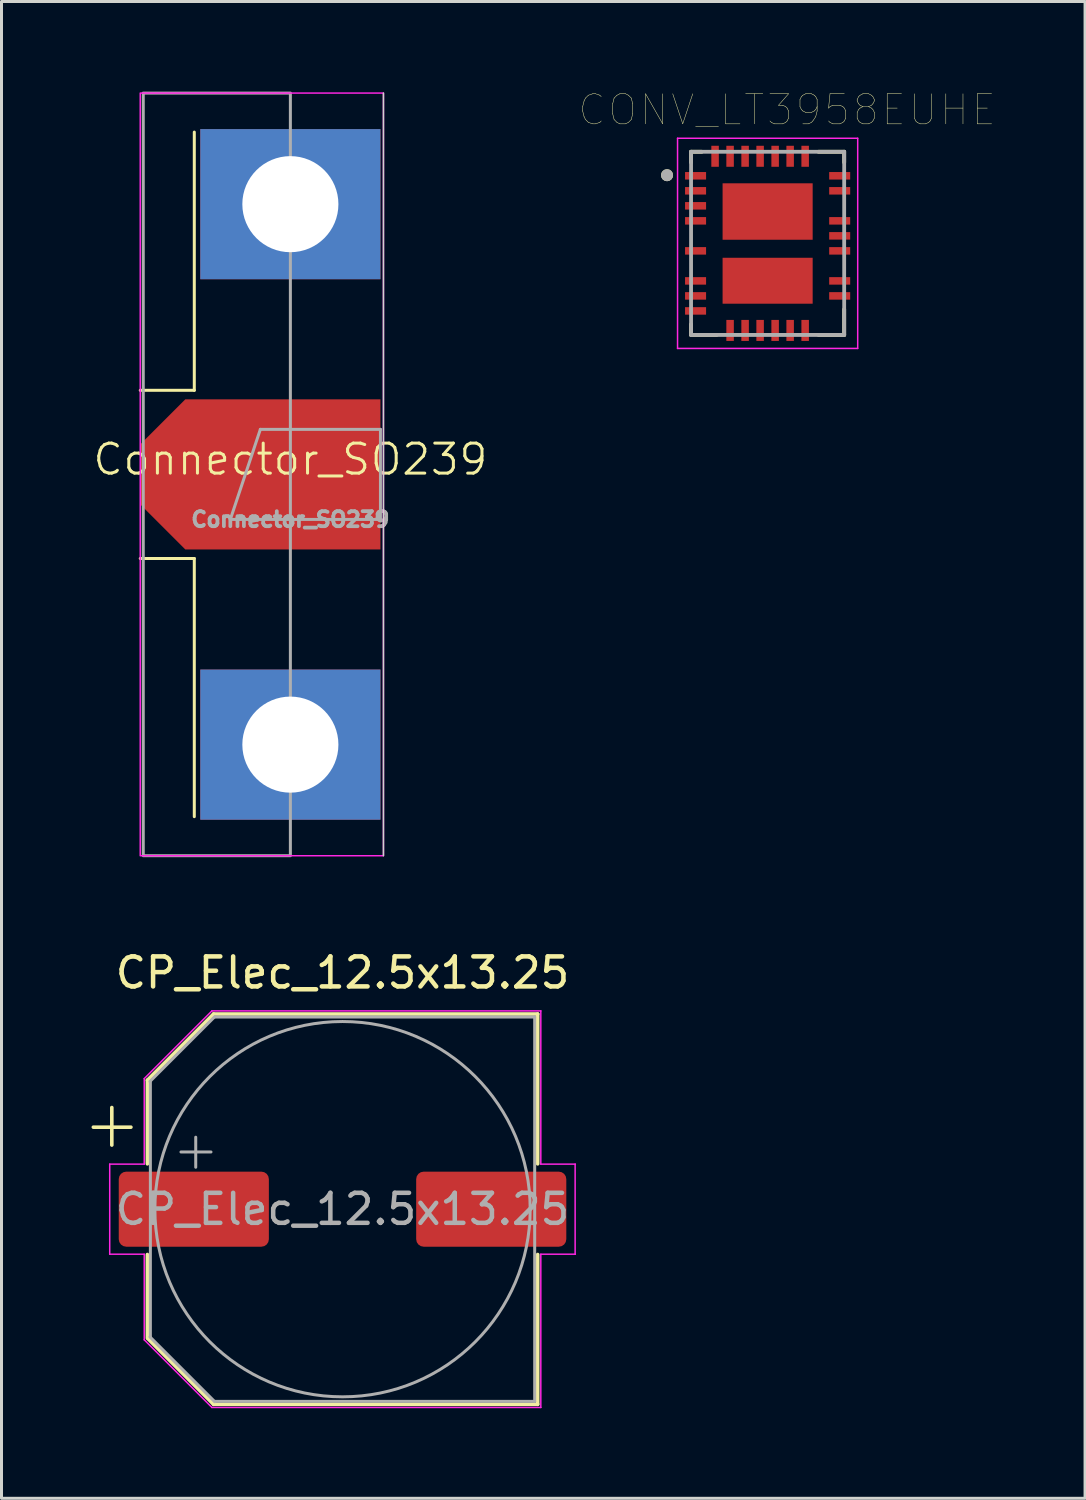
<source format=kicad_pcb>
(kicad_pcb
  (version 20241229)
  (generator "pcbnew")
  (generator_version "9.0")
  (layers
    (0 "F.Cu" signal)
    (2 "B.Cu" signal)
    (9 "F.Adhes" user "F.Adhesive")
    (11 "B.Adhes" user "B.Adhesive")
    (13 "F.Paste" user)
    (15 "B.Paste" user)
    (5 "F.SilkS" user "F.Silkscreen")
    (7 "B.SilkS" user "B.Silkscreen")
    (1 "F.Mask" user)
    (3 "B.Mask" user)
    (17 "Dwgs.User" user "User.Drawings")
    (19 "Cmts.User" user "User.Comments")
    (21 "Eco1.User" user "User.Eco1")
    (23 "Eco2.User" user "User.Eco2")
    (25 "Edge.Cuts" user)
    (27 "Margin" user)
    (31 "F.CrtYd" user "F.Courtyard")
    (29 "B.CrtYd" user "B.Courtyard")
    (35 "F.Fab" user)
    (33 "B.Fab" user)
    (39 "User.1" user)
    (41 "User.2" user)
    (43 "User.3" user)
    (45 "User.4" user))
  (footprint "CONV_LT3958EUHE"
    (layer "F.Cu")
    (at 22.516 5.055)
    (property "Reference" "CONV_LT3958EUHE" (at 0.649 -4.443 0) (layer "F.SilkS") (effects (font (size 1 1) (thickness 0.015))))
    (attr through_hole)
    (fp_line (start -2.55 -3.05) (end -2.55 -2.695) (stroke (width 0.127) (type solid)) (layer "F.SilkS"))
    (fp_line (start -2.55 -3.05) (end -2.195 -3.05) (stroke (width 0.127) (type solid)) (layer "F.SilkS"))
    (fp_line (start -2.55 2.695) (end -2.55 3.05) (stroke (width 0.127) (type solid)) (layer "F.SilkS"))
    (fp_line (start -1.695 3.05) (end -2.55 3.05) (stroke (width 0.127) (type solid)) (layer "F.SilkS"))
    (fp_line (start 1.695 -3.05) (end 2.55 -3.05) (stroke (width 0.127) (type solid)) (layer "F.SilkS"))
    (fp_line (start 1.695 3.05) (end 2.55 3.05) (stroke (width 0.127) (type solid)) (layer "F.SilkS"))
    (fp_line (start 2.55 -3.05) (end 2.55 -2.695) (stroke (width 0.127) (type solid)) (layer "F.SilkS"))
    (fp_line (start 2.55 2.195) (end 2.55 3.05) (stroke (width 0.127) (type solid)) (layer "F.SilkS"))
    (fp_circle (center -3.35 -2.27) (end -3.25 -2.27) (stroke (width 0.2) (type solid)) (fill no) (layer "F.SilkS"))
    (fp_poly (pts (xy -1.06 -1.724) (xy 1.06 -1.724) (xy 1.06 -0.395) (xy -1.06 -0.395)) (stroke (width 0.01) (type solid)) (fill yes) (layer "F.Paste"))
    (fp_poly (pts (xy -1.06 0.705) (xy 1.06 0.705) (xy 1.06 1.785) (xy -1.06 1.785)) (stroke (width 0.01) (type solid)) (fill yes) (layer "F.Paste"))
    (fp_line (start -3 -3.5) (end -3 3.5) (stroke (width 0.05) (type solid)) (layer "F.CrtYd"))
    (fp_line (start -3 -3.5) (end 3 -3.5) (stroke (width 0.05) (type solid)) (layer "F.CrtYd"))
    (fp_line (start -3 3.5) (end 3 3.5) (stroke (width 0.05) (type solid)) (layer "F.CrtYd"))
    (fp_line (start 3 -3.5) (end 3 3.5) (stroke (width 0.05) (type solid)) (layer "F.CrtYd"))
    (fp_line (start -2.55 -3.05) (end 2.55 -3.05) (stroke (width 0.127) (type solid)) (layer "F.Fab"))
    (fp_line (start -2.55 3.05) (end -2.55 -3.05) (stroke (width 0.127) (type solid)) (layer "F.Fab"))
    (fp_line (start 2.55 -3.05) (end 2.55 3.05) (stroke (width 0.127) (type solid)) (layer "F.Fab"))
    (fp_line (start 2.55 3.05) (end -2.55 3.05) (stroke (width 0.127) (type solid)) (layer "F.Fab"))
    (fp_circle (center -3.35 -2.27) (end -3.25 -2.27) (stroke (width 0.2) (type solid)) (fill no) (layer "F.Fab"))
    (pad "1" smd rect (at -2.4 -2.25) (size 0.7 0.25) (layers "F.Cu" "F.Mask" "F.Paste"))
    (pad "2" smd rect (at -2.4 -1.75) (size 0.7 0.25) (layers "F.Cu" "F.Mask" "F.Paste"))
    (pad "3" smd rect (at -2.4 -1.25) (size 0.7 0.25) (layers "F.Cu" "F.Mask" "F.Paste"))
    (pad "4" smd rect (at -2.4 -0.75) (size 0.7 0.25) (layers "F.Cu" "F.Mask" "F.Paste"))
    (pad "6" smd rect (at -2.4 0.25) (size 0.7 0.25) (layers "F.Cu" "F.Mask" "F.Paste"))
    (pad "8" smd rect (at -2.4 1.25) (size 0.7 0.25) (layers "F.Cu" "F.Mask" "F.Paste"))
    (pad "9" smd rect (at -2.4 1.75) (size 0.7 0.25) (layers "F.Cu" "F.Mask" "F.Paste"))
    (pad "10" smd rect (at -2.4 2.25) (size 0.7 0.25) (layers "F.Cu" "F.Mask" "F.Paste"))
    (pad "12" smd rect (at -1.25 2.9) (size 0.25 0.7) (layers "F.Cu" "F.Mask" "F.Paste"))
    (pad "13" smd rect (at -0.75 2.9) (size 0.25 0.7) (layers "F.Cu" "F.Mask" "F.Paste"))
    (pad "14" smd rect (at -0.25 2.9) (size 0.25 0.7) (layers "F.Cu" "F.Mask" "F.Paste"))
    (pad "15" smd rect (at 0.25 2.9) (size 0.25 0.7) (layers "F.Cu" "F.Mask" "F.Paste"))
    (pad "16" smd rect (at 0.75 2.9) (size 0.25 0.7) (layers "F.Cu" "F.Mask" "F.Paste"))
    (pad "17" smd rect (at 1.25 2.9) (size 0.25 0.7) (layers "F.Cu" "F.Mask" "F.Paste"))
    (pad "20" smd rect (at 2.4 1.75) (size 0.7 0.25) (layers "F.Cu" "F.Mask" "F.Paste"))
    (pad "21" smd rect (at 2.4 1.25) (size 0.7 0.25) (layers "F.Cu" "F.Mask" "F.Paste"))
    (pad "23" smd rect (at 2.4 0.25) (size 0.7 0.25) (layers "F.Cu" "F.Mask" "F.Paste"))
    (pad "24" smd rect (at 2.4 -0.25) (size 0.7 0.25) (layers "F.Cu" "F.Mask" "F.Paste"))
    (pad "25" smd rect (at 2.4 -0.75) (size 0.7 0.25) (layers "F.Cu" "F.Mask" "F.Paste"))
    (pad "27" smd rect (at 2.4 -1.75) (size 0.7 0.25) (layers "F.Cu" "F.Mask" "F.Paste"))
    (pad "28" smd rect (at 2.4 -2.25) (size 0.7 0.25) (layers "F.Cu" "F.Mask" "F.Paste"))
    (pad "30" smd rect (at 1.25 -2.9) (size 0.25 0.7) (layers "F.Cu" "F.Mask" "F.Paste"))
    (pad "31" smd rect (at 0.75 -2.9) (size 0.25 0.7) (layers "F.Cu" "F.Mask" "F.Paste"))
    (pad "32" smd rect (at 0.25 -2.9) (size 0.25 0.7) (layers "F.Cu" "F.Mask" "F.Paste"))
    (pad "33" smd rect (at -0.25 -2.9) (size 0.25 0.7) (layers "F.Cu" "F.Mask" "F.Paste"))
    (pad "34" smd rect (at -0.75 -2.9) (size 0.25 0.7) (layers "F.Cu" "F.Mask" "F.Paste"))
    (pad "35" smd rect (at -1.25 -2.9) (size 0.25 0.7) (layers "F.Cu" "F.Mask" "F.Paste"))
    (pad "36" smd rect (at -1.75 -2.9) (size 0.25 0.7) (layers "F.Cu" "F.Mask" "F.Paste"))
    (pad "37" smd rect (at 0 -1.06) (size 3 1.88) (layers "F.Cu" "F.Mask"))
    (pad "38" smd rect (at 0 1.245) (size 3 1.53) (layers "F.Cu" "F.Mask")))
  (footprint "Connector_SO239"
    (layer "F.Cu")
    (at 6.621 12.75)
    (property "Reference" "Connector_SO239" (at 0 -0.5 0) (unlocked yes) (layer "F.SilkS") (effects (font (size 1 1) (thickness 0.1))))
    (attr smd)
    (fp_line (start -5 -2.8) (end -3.2 -2.8) (stroke (width 0.1) (type default)) (layer "F.SilkS"))
    (fp_line (start -5 2.8) (end -3.2 2.8) (stroke (width 0.1) (type default)) (layer "F.SilkS"))
    (fp_line (start -3.2 -2.8) (end -3.2 -11.4) (stroke (width 0.1) (type default)) (layer "F.SilkS"))
    (fp_line (start -3.2 2.8) (end -3.2 11.4) (stroke (width 0.1) (type default)) (layer "F.SilkS"))
    (fp_line (start 3.1 -12.7) (end 3.1 12.7) (stroke (width 0.05) (type default)) (layer "Edge.Cuts"))
    (fp_rect (start -5 -12.7) (end 3.1 12.7) (stroke (width 0.05) (type default)) (fill no) (layer "F.CrtYd"))
    (fp_line (start -2 1.5) (end 3 1.5) (stroke (width 0.1) (type default)) (layer "F.Fab"))
    (fp_line (start -1 -1.5) (end -2 1.5) (stroke (width 0.1) (type default)) (layer "F.Fab"))
    (fp_line (start 3 -1.5) (end -1 -1.5) (stroke (width 0.1) (type default)) (layer "F.Fab"))
    (fp_line (start 3 1.5) (end 3 -1.5) (stroke (width 0.1) (type default)) (layer "F.Fab"))
    (fp_rect (start -4.9 -12.7) (end 0 12.7) (stroke (width 0.1) (type default)) (fill no) (layer "F.Fab"))
    (fp_text user "${REFERENCE}" (at 0 1.5 0) (unlocked yes) (layer "F.Fab") (effects (font (size 0.5 0.5) (thickness 0.15))))
    (pad "1" smd roundrect (at -1 0) (size 8 5) (layers "F.Cu" "F.Mask" "F.Paste") (roundrect_rratio 0) (chamfer_ratio 0.3) (chamfer top_left bottom_left))
    (pad "2" thru_hole rect (at 0 -9) (size 6 5) (drill 3.2) (layers "*.Cu" "*.Mask"))
    (pad "2" thru_hole rect (at 0 9) (size 6 5) (drill 3.2) (layers "*.Cu" "*.Mask")))
  (footprint "CP_Elec_12.5x13.25"
    (layer "F.Cu")
    (at 8.358 37.222)
    (property "Reference" "CP_Elec_12.5x13.25" (at 0 -7.874 0) (layer "F.SilkS") (effects (font (size 1 1) (thickness 0.15))))
    (attr smd)
    (fp_line (start -8.299 -2.731) (end -7.048 -2.731) (stroke (width 0.12) (type solid)) (layer "F.SilkS"))
    (fp_line (start -7.684 -3.385) (end -7.684 -2.135) (stroke (width 0.12) (type solid)) (layer "F.SilkS"))
    (fp_line (start -6.5 -4.296) (end -6.5 -1.51) (stroke (width 0.12) (type solid)) (layer "F.SilkS"))
    (fp_line (start -6.5 -4.296) (end -4.296 -6.5) (stroke (width 0.12) (type solid)) (layer "F.SilkS"))
    (fp_line (start -6.5 4.296) (end -6.5 1.51) (stroke (width 0.12) (type solid)) (layer "F.SilkS"))
    (fp_line (start -6.477 4.318) (end -4.296 6.5) (stroke (width 0.12) (type solid)) (layer "F.SilkS"))
    (fp_line (start -4.296 -6.5) (end 6.5 -6.5) (stroke (width 0.12) (type solid)) (layer "F.SilkS"))
    (fp_line (start -4.296 6.5) (end 6.5 6.5) (stroke (width 0.12) (type solid)) (layer "F.SilkS"))
    (fp_line (start 6.5 -6.5) (end 6.5 -1.51) (stroke (width 0.12) (type solid)) (layer "F.SilkS"))
    (fp_line (start 6.5 6.5) (end 6.5 1.51) (stroke (width 0.12) (type solid)) (layer "F.SilkS"))
    (fp_line (start -7.754 -1.5) (end -7.754 1.5) (stroke (width 0.05) (type solid)) (layer "F.CrtYd"))
    (fp_line (start -7.754 1.5) (end -6.604 1.5) (stroke (width 0.05) (type solid)) (layer "F.CrtYd"))
    (fp_line (start -6.604 -4.35) (end -6.604 -1.5) (stroke (width 0.05) (type solid)) (layer "F.CrtYd"))
    (fp_line (start -6.604 -4.35) (end -4.35 -6.604) (stroke (width 0.05) (type solid)) (layer "F.CrtYd"))
    (fp_line (start -6.604 -1.5) (end -7.754 -1.5) (stroke (width 0.05) (type solid)) (layer "F.CrtYd"))
    (fp_line (start -6.604 1.5) (end -6.604 4.35) (stroke (width 0.05) (type solid)) (layer "F.CrtYd"))
    (fp_line (start -6.604 4.35) (end -4.35 6.604) (stroke (width 0.05) (type solid)) (layer "F.CrtYd"))
    (fp_line (start -4.35 -6.604) (end 6.604 -6.604) (stroke (width 0.05) (type solid)) (layer "F.CrtYd"))
    (fp_line (start -4.35 6.604) (end 6.604 6.604) (stroke (width 0.05) (type solid)) (layer "F.CrtYd"))
    (fp_line (start 6.604 -6.604) (end 6.604 -1.5) (stroke (width 0.05) (type solid)) (layer "F.CrtYd"))
    (fp_line (start 6.604 -1.5) (end 7.754 -1.5) (stroke (width 0.05) (type solid)) (layer "F.CrtYd"))
    (fp_line (start 6.604 1.5) (end 6.604 6.604) (stroke (width 0.05) (type solid)) (layer "F.CrtYd"))
    (fp_line (start 7.747 -1.5) (end 7.747 1.5) (stroke (width 0.05) (type solid)) (layer "F.CrtYd"))
    (fp_line (start 7.754 1.5) (end 6.604 1.5) (stroke (width 0.05) (type solid)) (layer "F.CrtYd"))
    (fp_line (start -6.413 -4.255) (end -4.255 -6.413) (stroke (width 0.1) (type solid)) (layer "F.Fab"))
    (fp_line (start -6.413 4.255) (end -4.255 6.413) (stroke (width 0.1) (type solid)) (layer "F.Fab"))
    (fp_line (start -6.4 -4.255) (end -6.4 4.255) (stroke (width 0.1) (type solid)) (layer "F.Fab"))
    (fp_line (start -5.381 -1.905) (end -4.381 -1.905) (stroke (width 0.1) (type solid)) (layer "F.Fab"))
    (fp_line (start -4.889 -2.397) (end -4.889 -1.397) (stroke (width 0.1) (type solid)) (layer "F.Fab"))
    (fp_line (start -4.255 -6.4) (end 6.4 -6.4) (stroke (width 0.1) (type solid)) (layer "F.Fab"))
    (fp_line (start -4.255 6.4) (end 6.4 6.4) (stroke (width 0.1) (type solid)) (layer "F.Fab"))
    (fp_line (start 6.4 -6.4) (end 6.4 6.4) (stroke (width 0.1) (type solid)) (layer "F.Fab"))
    (fp_circle (center 0 0) (end 6.25 0) (stroke (width 0.1) (type solid)) (fill no) (layer "F.Fab"))
    (fp_text user "${REFERENCE}" (at 0 0 0) (layer "F.Fab") (effects (font (size 1 1) (thickness 0.15))))
    (pad "1" smd roundrect (at -4.953 0) (size 5 2.5) (layers "F.Cu" "F.Mask" "F.Paste") (roundrect_rratio 0.1))
    (pad "2" smd roundrect (at 4.953 0) (size 5 2.5) (layers "F.Cu" "F.Mask" "F.Paste") (roundrect_rratio 0.1)))
  (gr_rect
    (start -3 -3)
    (end 33.088 46.851)
    (stroke (width 0.1) (type default))
    (fill no)
    (layer "Edge.Cuts")))
</source>
